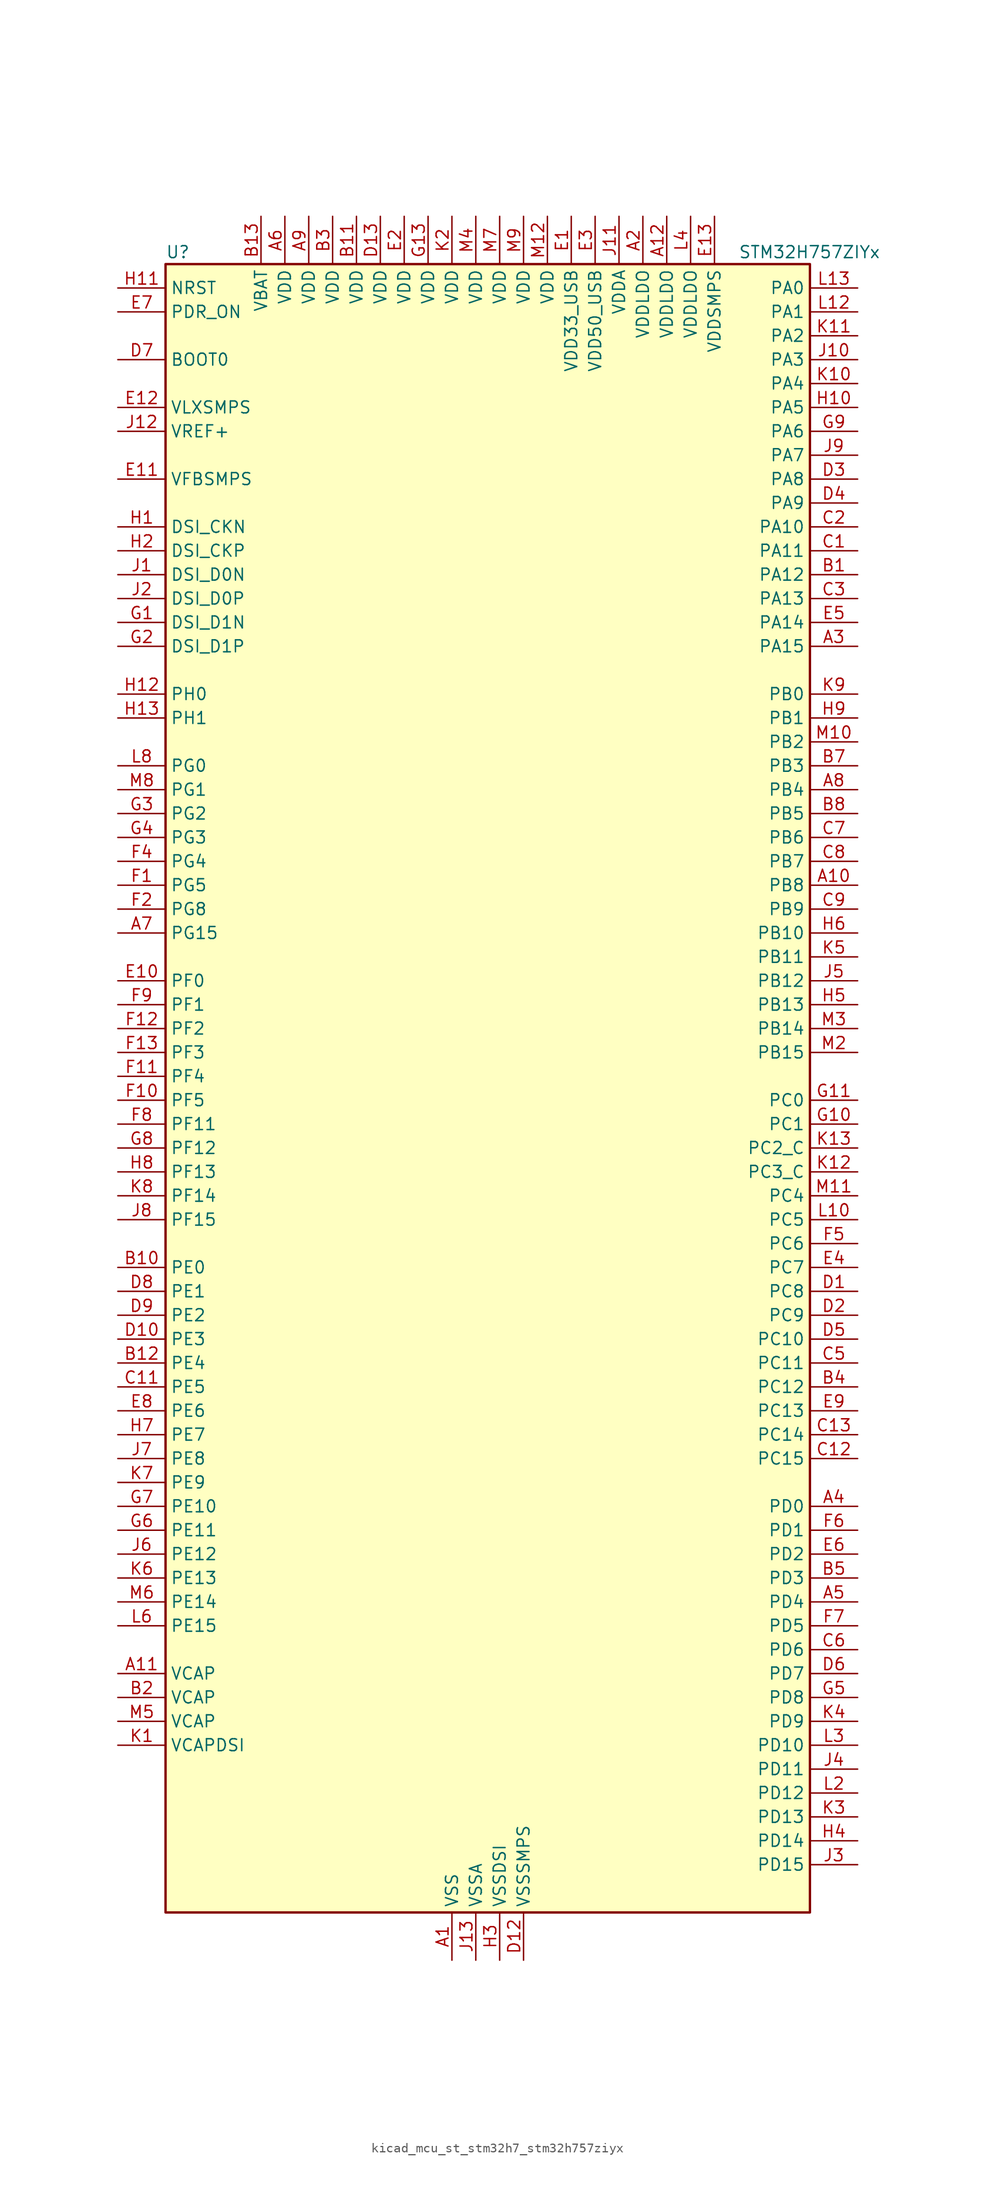
<source format=kicad_sym>
(kicad_symbol_lib
  (version 20220914)
  (generator kicad_symbol_editor)
  (symbol "kicad_mcu_st_stm32h7_stm32h757ziyx"
    (property "Reference" "U"
      (at -33.02 90.17 0)
      (effects (font (size 1.27 1.27)) (justify left)))
    (property "Value" "STM32H757ZIYx"
      (at 27.94 90.17 0)
      (effects (font (size 1.27 1.27)) (justify left)))
    (property "ki_locked" ""
      (at 0 0 0)
      (effects (font (size 1.27 1.27))))
    (symbol "kicad_mcu_st_stm32h7_stm32h757ziyx_0_1"
      (rectangle (start -33.02 -86.36) (end 35.56 88.9) (stroke (width 0.254) (type default)) (fill (type background))))
    (symbol "kicad_mcu_st_stm32h7_stm32h757ziyx_1_1"
      (pin power_in line (at -2.54 -91.44 90) (length 5.08) (name "VSS" (effects (font (size 1.27 1.27)))) (number "A1" (effects (font (size 1.27 1.27)))))
      (pin bidirectional line (at 40.64 22.86 180) (length 5.08) (name "PB8" (effects (font (size 1.27 1.27)))) (number "A10" (effects (font (size 1.27 1.27)))) (alternate "DCMI_D6" bidirectional line) (alternate "DFSDM1_CKIN7" bidirectional line) (alternate "ETH_TXD3" bidirectional line) (alternate "FDCAN1_RX" bidirectional line) (alternate "I2C1_SCL" bidirectional line) (alternate "I2C4_SCL" bidirectional line) (alternate "LTDC_B6" bidirectional line) (alternate "SDMMC1_CKIN" bidirectional line) (alternate "SDMMC1_D4" bidirectional line) (alternate "SDMMC2_D4" bidirectional line) (alternate "TIM16_CH1" bidirectional line) (alternate "TIM4_CH3" bidirectional line) (alternate "UART4_RX" bidirectional line))
      (pin power_out line (at -38.1 -60.96 0) (length 5.08) (name "VCAP" (effects (font (size 1.27 1.27)))) (number "A11" (effects (font (size 1.27 1.27)))))
      (pin power_in line (at 20.32 93.98 270) (length 5.08) (name "VDDLDO" (effects (font (size 1.27 1.27)))) (number "A12" (effects (font (size 1.27 1.27)))))
      (pin no_connect line (at -33.02 -86.36 0) (length 5.08) hide (name "DNC" (effects (font (size 1.27 1.27)))) (number "A13" (effects (font (size 1.27 1.27)))))
      (pin power_in line (at 17.78 93.98 270) (length 5.08) (name "VDDLDO" (effects (font (size 1.27 1.27)))) (number "A2" (effects (font (size 1.27 1.27)))))
      (pin bidirectional line (at 40.64 48.26 180) (length 5.08) (name "PA15" (effects (font (size 1.27 1.27)))) (number "A3" (effects (font (size 1.27 1.27)))) (alternate "ADC1_EXTI15" bidirectional line) (alternate "ADC2_EXTI15" bidirectional line) (alternate "ADC3_EXTI15" bidirectional line) (alternate "CEC" bidirectional line) (alternate "DEBUG_JTDI" bidirectional line) (alternate "DSIHOST_TE" bidirectional line) (alternate "HRTIM_FLT1" bidirectional line) (alternate "I2S1_WS" bidirectional line) (alternate "I2S3_WS" bidirectional line) (alternate "SPI1_NSS" bidirectional line) (alternate "SPI3_NSS" bidirectional line) (alternate "SPI6_NSS" bidirectional line) (alternate "TIM2_CH1" bidirectional line) (alternate "TIM2_ETR" bidirectional line) (alternate "UART4_DE" bidirectional line) (alternate "UART4_RTS" bidirectional line) (alternate "UART7_TX" bidirectional line))
      (pin bidirectional line (at 40.64 -43.18 180) (length 5.08) (name "PD0" (effects (font (size 1.27 1.27)))) (number "A4" (effects (font (size 1.27 1.27)))) (alternate "DFSDM1_CKIN6" bidirectional line) (alternate "FDCAN1_RX" bidirectional line) (alternate "FMC_D2" bidirectional line) (alternate "FMC_DA2" bidirectional line) (alternate "SAI3_SCK_A" bidirectional line) (alternate "UART4_RX" bidirectional line))
      (pin bidirectional line (at 40.64 -53.34 180) (length 5.08) (name "PD4" (effects (font (size 1.27 1.27)))) (number "A5" (effects (font (size 1.27 1.27)))) (alternate "FMC_NOE" bidirectional line) (alternate "HRTIM_FLT3" bidirectional line) (alternate "SAI3_FS_A" bidirectional line) (alternate "USART2_DE" bidirectional line) (alternate "USART2_RTS" bidirectional line))
      (pin power_in line (at -20.32 93.98 270) (length 5.08) (name "VDD" (effects (font (size 1.27 1.27)))) (number "A6" (effects (font (size 1.27 1.27)))))
      (pin bidirectional line (at -38.1 17.78 0) (length 5.08) (name "PG15" (effects (font (size 1.27 1.27)))) (number "A7" (effects (font (size 1.27 1.27)))) (alternate "ADC1_EXTI15" bidirectional line) (alternate "ADC2_EXTI15" bidirectional line) (alternate "ADC3_EXTI15" bidirectional line) (alternate "DCMI_D13" bidirectional line) (alternate "FMC_SDNCAS" bidirectional line) (alternate "USART6_CTS" bidirectional line) (alternate "USART6_NSS" bidirectional line))
      (pin bidirectional line (at 40.64 33.02 180) (length 5.08) (name "PB4" (effects (font (size 1.27 1.27)))) (number "A8" (effects (font (size 1.27 1.27)))) (alternate "DEBUG_JTRST" bidirectional line) (alternate "HRTIM_EEV6" bidirectional line) (alternate "I2S1_SDI" bidirectional line) (alternate "I2S2_WS" bidirectional line) (alternate "I2S3_SDI" bidirectional line) (alternate "SDMMC2_D3" bidirectional line) (alternate "SPI1_MISO" bidirectional line) (alternate "SPI2_NSS" bidirectional line) (alternate "SPI3_MISO" bidirectional line) (alternate "SPI6_MISO" bidirectional line) (alternate "TIM16_BKIN" bidirectional line) (alternate "TIM3_CH1" bidirectional line) (alternate "UART7_TX" bidirectional line))
      (pin power_in line (at -17.78 93.98 270) (length 5.08) (name "VDD" (effects (font (size 1.27 1.27)))) (number "A9" (effects (font (size 1.27 1.27)))))
      (pin bidirectional line (at 40.64 55.88 180) (length 5.08) (name "PA12" (effects (font (size 1.27 1.27)))) (number "B1" (effects (font (size 1.27 1.27)))) (alternate "FDCAN1_TX" bidirectional line) (alternate "HRTIM_CHD2" bidirectional line) (alternate "I2S2_CK" bidirectional line) (alternate "LPUART1_DE" bidirectional line) (alternate "LPUART1_RTS" bidirectional line) (alternate "LTDC_R5" bidirectional line) (alternate "SAI2_FS_B" bidirectional line) (alternate "SPI2_SCK" bidirectional line) (alternate "TIM1_ETR" bidirectional line) (alternate "UART4_TX" bidirectional line) (alternate "USART1_DE" bidirectional line) (alternate "USART1_RTS" bidirectional line) (alternate "USB_OTG_FS_DP" bidirectional line))
      (pin bidirectional line (at -38.1 -17.78 0) (length 5.08) (name "PE0" (effects (font (size 1.27 1.27)))) (number "B10" (effects (font (size 1.27 1.27)))) (alternate "DCMI_D2" bidirectional line) (alternate "FMC_NBL0" bidirectional line) (alternate "HRTIM_SCIN" bidirectional line) (alternate "LPTIM1_ETR" bidirectional line) (alternate "LPTIM2_ETR" bidirectional line) (alternate "SAI2_MCLK_A" bidirectional line) (alternate "TIM4_ETR" bidirectional line) (alternate "UART8_RX" bidirectional line))
      (pin power_in line (at -12.7 93.98 270) (length 5.08) (name "VDD" (effects (font (size 1.27 1.27)))) (number "B11" (effects (font (size 1.27 1.27)))))
      (pin bidirectional line (at -38.1 -27.94 0) (length 5.08) (name "PE4" (effects (font (size 1.27 1.27)))) (number "B12" (effects (font (size 1.27 1.27)))) (alternate "DCMI_D4" bidirectional line) (alternate "DEBUG_TRACED1" bidirectional line) (alternate "DFSDM1_DATIN3" bidirectional line) (alternate "FMC_A20" bidirectional line) (alternate "LTDC_B0" bidirectional line) (alternate "SAI1_D2" bidirectional line) (alternate "SAI1_FS_A" bidirectional line) (alternate "SAI4_D2" bidirectional line) (alternate "SAI4_FS_A" bidirectional line) (alternate "SPI4_NSS" bidirectional line) (alternate "TIM15_CH1N" bidirectional line))
      (pin power_in line (at -22.86 93.98 270) (length 5.08) (name "VBAT" (effects (font (size 1.27 1.27)))) (number "B13" (effects (font (size 1.27 1.27)))))
      (pin power_out line (at -38.1 -63.5 0) (length 5.08) (name "VCAP" (effects (font (size 1.27 1.27)))) (number "B2" (effects (font (size 1.27 1.27)))))
      (pin power_in line (at -15.24 93.98 270) (length 5.08) (name "VDD" (effects (font (size 1.27 1.27)))) (number "B3" (effects (font (size 1.27 1.27)))))
      (pin bidirectional line (at 40.64 -30.48 180) (length 5.08) (name "PC12" (effects (font (size 1.27 1.27)))) (number "B4" (effects (font (size 1.27 1.27)))) (alternate "DCMI_D9" bidirectional line) (alternate "DEBUG_TRACED3" bidirectional line) (alternate "HRTIM_EEV2" bidirectional line) (alternate "I2S3_SDO" bidirectional line) (alternate "SDMMC1_CK" bidirectional line) (alternate "SPI3_MOSI" bidirectional line) (alternate "UART5_TX" bidirectional line) (alternate "USART3_CK" bidirectional line))
      (pin bidirectional line (at 40.64 -50.8 180) (length 5.08) (name "PD3" (effects (font (size 1.27 1.27)))) (number "B5" (effects (font (size 1.27 1.27)))) (alternate "DCMI_D5" bidirectional line) (alternate "DFSDM1_CKOUT" bidirectional line) (alternate "FMC_CLK" bidirectional line) (alternate "I2S2_CK" bidirectional line) (alternate "LTDC_G7" bidirectional line) (alternate "SPI2_SCK" bidirectional line) (alternate "USART2_CTS" bidirectional line) (alternate "USART2_NSS" bidirectional line))
      (pin passive line (at -2.54 -91.44 90) (length 5.08) hide (name "VSS" (effects (font (size 1.27 1.27)))) (number "B6" (effects (font (size 1.27 1.27)))))
      (pin bidirectional line (at 40.64 35.56 180) (length 5.08) (name "PB3" (effects (font (size 1.27 1.27)))) (number "B7" (effects (font (size 1.27 1.27)))) (alternate "CRS_SYNC" bidirectional line) (alternate "DEBUG_JTDO-SWO" bidirectional line) (alternate "HRTIM_FLT4" bidirectional line) (alternate "I2S1_CK" bidirectional line) (alternate "I2S3_CK" bidirectional line) (alternate "SDMMC2_D2" bidirectional line) (alternate "SPI1_SCK" bidirectional line) (alternate "SPI3_SCK" bidirectional line) (alternate "SPI6_SCK" bidirectional line) (alternate "TIM2_CH2" bidirectional line) (alternate "UART7_RX" bidirectional line))
      (pin bidirectional line (at 40.64 30.48 180) (length 5.08) (name "PB5" (effects (font (size 1.27 1.27)))) (number "B8" (effects (font (size 1.27 1.27)))) (alternate "DCMI_D10" bidirectional line) (alternate "ETH_PPS_OUT" bidirectional line) (alternate "FDCAN2_RX" bidirectional line) (alternate "FMC_SDCKE1" bidirectional line) (alternate "HRTIM_EEV7" bidirectional line) (alternate "I2C1_SMBA" bidirectional line) (alternate "I2C4_SMBA" bidirectional line) (alternate "I2S1_SDO" bidirectional line) (alternate "I2S3_SDO" bidirectional line) (alternate "SPI1_MOSI" bidirectional line) (alternate "SPI3_MOSI" bidirectional line) (alternate "SPI6_MOSI" bidirectional line) (alternate "TIM17_BKIN" bidirectional line) (alternate "TIM3_CH2" bidirectional line) (alternate "UART5_RX" bidirectional line) (alternate "USB_OTG_HS_ULPI_D7" bidirectional line))
      (pin passive line (at -2.54 -91.44 90) (length 5.08) hide (name "VSS" (effects (font (size 1.27 1.27)))) (number "B9" (effects (font (size 1.27 1.27)))))
      (pin bidirectional line (at 40.64 58.42 180) (length 5.08) (name "PA11" (effects (font (size 1.27 1.27)))) (number "C1" (effects (font (size 1.27 1.27)))) (alternate "ADC1_EXTI11" bidirectional line) (alternate "ADC2_EXTI11" bidirectional line) (alternate "ADC3_EXTI11" bidirectional line) (alternate "FDCAN1_RX" bidirectional line) (alternate "HRTIM_CHD1" bidirectional line) (alternate "I2S2_WS" bidirectional line) (alternate "LPUART1_CTS" bidirectional line) (alternate "LTDC_R4" bidirectional line) (alternate "SPI2_NSS" bidirectional line) (alternate "TIM1_CH4" bidirectional line) (alternate "UART4_RX" bidirectional line) (alternate "USART1_CTS" bidirectional line) (alternate "USART1_NSS" bidirectional line) (alternate "USB_OTG_FS_DM" bidirectional line))
      (pin passive line (at -2.54 -91.44 90) (length 5.08) hide (name "VSS" (effects (font (size 1.27 1.27)))) (number "C10" (effects (font (size 1.27 1.27)))))
      (pin bidirectional line (at -38.1 -30.48 0) (length 5.08) (name "PE5" (effects (font (size 1.27 1.27)))) (number "C11" (effects (font (size 1.27 1.27)))) (alternate "DCMI_D6" bidirectional line) (alternate "DEBUG_TRACED2" bidirectional line) (alternate "DFSDM1_CKIN3" bidirectional line) (alternate "FMC_A21" bidirectional line) (alternate "LTDC_G0" bidirectional line) (alternate "SAI1_CK2" bidirectional line) (alternate "SAI1_SCK_A" bidirectional line) (alternate "SAI4_CK2" bidirectional line) (alternate "SAI4_SCK_A" bidirectional line) (alternate "SPI4_MISO" bidirectional line) (alternate "TIM15_CH1" bidirectional line))
      (pin bidirectional line (at 40.64 -38.1 180) (length 5.08) (name "PC15" (effects (font (size 1.27 1.27)))) (number "C12" (effects (font (size 1.27 1.27)))) (alternate "ADC1_EXTI15" bidirectional line) (alternate "ADC2_EXTI15" bidirectional line) (alternate "ADC3_EXTI15" bidirectional line) (alternate "RCC_OSC32_OUT" bidirectional line))
      (pin bidirectional line (at 40.64 -35.56 180) (length 5.08) (name "PC14" (effects (font (size 1.27 1.27)))) (number "C13" (effects (font (size 1.27 1.27)))) (alternate "RCC_OSC32_IN" bidirectional line))
      (pin bidirectional line (at 40.64 60.96 180) (length 5.08) (name "PA10" (effects (font (size 1.27 1.27)))) (number "C2" (effects (font (size 1.27 1.27)))) (alternate "DCMI_D1" bidirectional line) (alternate "HRTIM_CHC2" bidirectional line) (alternate "LPUART1_RX" bidirectional line) (alternate "LTDC_B1" bidirectional line) (alternate "LTDC_B4" bidirectional line) (alternate "MDIOS_MDIO" bidirectional line) (alternate "TIM1_CH3" bidirectional line) (alternate "USART1_RX" bidirectional line) (alternate "USB_OTG_FS_ID" bidirectional line))
      (pin bidirectional line (at 40.64 53.34 180) (length 5.08) (name "PA13" (effects (font (size 1.27 1.27)))) (number "C3" (effects (font (size 1.27 1.27)))) (alternate "DEBUG_JTMS-SWDIO" bidirectional line))
      (pin passive line (at -2.54 -91.44 90) (length 5.08) hide (name "VSS" (effects (font (size 1.27 1.27)))) (number "C4" (effects (font (size 1.27 1.27)))))
      (pin bidirectional line (at 40.64 -27.94 180) (length 5.08) (name "PC11" (effects (font (size 1.27 1.27)))) (number "C5" (effects (font (size 1.27 1.27)))) (alternate "ADC1_EXTI11" bidirectional line) (alternate "ADC2_EXTI11" bidirectional line) (alternate "ADC3_EXTI11" bidirectional line) (alternate "DCMI_D4" bidirectional line) (alternate "DFSDM1_DATIN5" bidirectional line) (alternate "HRTIM_FLT2" bidirectional line) (alternate "I2S3_SDI" bidirectional line) (alternate "QUADSPI_BK2_NCS" bidirectional line) (alternate "SDMMC1_D3" bidirectional line) (alternate "SPI3_MISO" bidirectional line) (alternate "UART4_RX" bidirectional line) (alternate "USART3_RX" bidirectional line))
      (pin bidirectional line (at 40.64 -58.42 180) (length 5.08) (name "PD6" (effects (font (size 1.27 1.27)))) (number "C6" (effects (font (size 1.27 1.27)))) (alternate "DCMI_D10" bidirectional line) (alternate "DFSDM1_CKIN4" bidirectional line) (alternate "DFSDM1_DATIN1" bidirectional line) (alternate "FMC_NWAIT" bidirectional line) (alternate "I2S3_SDO" bidirectional line) (alternate "LTDC_B2" bidirectional line) (alternate "SAI1_D1" bidirectional line) (alternate "SAI1_SD_A" bidirectional line) (alternate "SAI4_D1" bidirectional line) (alternate "SAI4_SD_A" bidirectional line) (alternate "SDMMC2_CK" bidirectional line) (alternate "SPI3_MOSI" bidirectional line) (alternate "USART2_RX" bidirectional line))
      (pin bidirectional line (at 40.64 27.94 180) (length 5.08) (name "PB6" (effects (font (size 1.27 1.27)))) (number "C7" (effects (font (size 1.27 1.27)))) (alternate "CEC" bidirectional line) (alternate "DCMI_D5" bidirectional line) (alternate "DFSDM1_DATIN5" bidirectional line) (alternate "FDCAN2_TX" bidirectional line) (alternate "FMC_SDNE1" bidirectional line) (alternate "HRTIM_EEV8" bidirectional line) (alternate "I2C1_SCL" bidirectional line) (alternate "I2C4_SCL" bidirectional line) (alternate "LPUART1_TX" bidirectional line) (alternate "QUADSPI_BK1_NCS" bidirectional line) (alternate "TIM16_CH1N" bidirectional line) (alternate "TIM4_CH1" bidirectional line) (alternate "UART5_TX" bidirectional line) (alternate "USART1_TX" bidirectional line))
      (pin bidirectional line (at 40.64 25.4 180) (length 5.08) (name "PB7" (effects (font (size 1.27 1.27)))) (number "C8" (effects (font (size 1.27 1.27)))) (alternate "DCMI_VSYNC" bidirectional line) (alternate "DFSDM1_CKIN5" bidirectional line) (alternate "FMC_NL" bidirectional line) (alternate "HRTIM_EEV9" bidirectional line) (alternate "I2C1_SDA" bidirectional line) (alternate "I2C4_SDA" bidirectional line) (alternate "LPUART1_RX" bidirectional line) (alternate "PWR_PVD_IN" bidirectional line) (alternate "TIM17_CH1N" bidirectional line) (alternate "TIM4_CH2" bidirectional line) (alternate "USART1_RX" bidirectional line))
      (pin bidirectional line (at 40.64 20.32 180) (length 5.08) (name "PB9" (effects (font (size 1.27 1.27)))) (number "C9" (effects (font (size 1.27 1.27)))) (alternate "DAC1_EXTI9" bidirectional line) (alternate "DCMI_D7" bidirectional line) (alternate "DFSDM1_DATIN7" bidirectional line) (alternate "FDCAN1_TX" bidirectional line) (alternate "I2C1_SDA" bidirectional line) (alternate "I2C4_SDA" bidirectional line) (alternate "I2C4_SMBA" bidirectional line) (alternate "I2S2_WS" bidirectional line) (alternate "LTDC_B7" bidirectional line) (alternate "SDMMC1_CDIR" bidirectional line) (alternate "SDMMC1_D5" bidirectional line) (alternate "SDMMC2_D5" bidirectional line) (alternate "SPI2_NSS" bidirectional line) (alternate "TIM17_CH1" bidirectional line) (alternate "TIM4_CH4" bidirectional line) (alternate "UART4_TX" bidirectional line))
      (pin bidirectional line (at 40.64 -20.32 180) (length 5.08) (name "PC8" (effects (font (size 1.27 1.27)))) (number "D1" (effects (font (size 1.27 1.27)))) (alternate "DCMI_D2" bidirectional line) (alternate "DEBUG_TRACED1" bidirectional line) (alternate "FMC_NCE" bidirectional line) (alternate "FMC_NE2" bidirectional line) (alternate "HRTIM_CHB1" bidirectional line) (alternate "SDMMC1_D0" bidirectional line) (alternate "SWPMI1_RX" bidirectional line) (alternate "TIM3_CH3" bidirectional line) (alternate "TIM8_CH3" bidirectional line) (alternate "UART5_DE" bidirectional line) (alternate "UART5_RTS" bidirectional line) (alternate "USART6_CK" bidirectional line))
      (pin bidirectional line (at -38.1 -25.4 0) (length 5.08) (name "PE3" (effects (font (size 1.27 1.27)))) (number "D10" (effects (font (size 1.27 1.27)))) (alternate "DEBUG_TRACED0" bidirectional line) (alternate "FMC_A19" bidirectional line) (alternate "SAI1_SD_B" bidirectional line) (alternate "SAI4_SD_B" bidirectional line) (alternate "TIM15_BKIN" bidirectional line))
      (pin passive line (at -2.54 -91.44 90) (length 5.08) hide (name "VSS" (effects (font (size 1.27 1.27)))) (number "D11" (effects (font (size 1.27 1.27)))))
      (pin power_in line (at 5.08 -91.44 90) (length 5.08) (name "VSSSMPS" (effects (font (size 1.27 1.27)))) (number "D12" (effects (font (size 1.27 1.27)))))
      (pin power_in line (at -10.16 93.98 270) (length 5.08) (name "VDD" (effects (font (size 1.27 1.27)))) (number "D13" (effects (font (size 1.27 1.27)))))
      (pin bidirectional line (at 40.64 -22.86 180) (length 5.08) (name "PC9" (effects (font (size 1.27 1.27)))) (number "D2" (effects (font (size 1.27 1.27)))) (alternate "DAC1_EXTI9" bidirectional line) (alternate "DCMI_D3" bidirectional line) (alternate "I2C3_SDA" bidirectional line) (alternate "I2S_CKIN" bidirectional line) (alternate "LTDC_B2" bidirectional line) (alternate "LTDC_G3" bidirectional line) (alternate "QUADSPI_BK1_IO0" bidirectional line) (alternate "RCC_MCO_2" bidirectional line) (alternate "SDMMC1_D1" bidirectional line) (alternate "SWPMI1_SUSPEND" bidirectional line) (alternate "TIM3_CH4" bidirectional line) (alternate "TIM8_CH4" bidirectional line) (alternate "UART5_CTS" bidirectional line))
      (pin bidirectional line (at 40.64 66.04 180) (length 5.08) (name "PA8" (effects (font (size 1.27 1.27)))) (number "D3" (effects (font (size 1.27 1.27)))) (alternate "HRTIM_CHB2" bidirectional line) (alternate "I2C3_SCL" bidirectional line) (alternate "LTDC_B3" bidirectional line) (alternate "LTDC_R6" bidirectional line) (alternate "RCC_MCO_1" bidirectional line) (alternate "TIM1_CH1" bidirectional line) (alternate "TIM8_BKIN2" bidirectional line) (alternate "TIM8_BKIN2_COMP1" bidirectional line) (alternate "TIM8_BKIN2_COMP2" bidirectional line) (alternate "UART7_RX" bidirectional line) (alternate "USART1_CK" bidirectional line) (alternate "USB_OTG_FS_SOF" bidirectional line))
      (pin bidirectional line (at 40.64 63.5 180) (length 5.08) (name "PA9" (effects (font (size 1.27 1.27)))) (number "D4" (effects (font (size 1.27 1.27)))) (alternate "DAC1_EXTI9" bidirectional line) (alternate "DCMI_D0" bidirectional line) (alternate "HRTIM_CHC1" bidirectional line) (alternate "I2C3_SMBA" bidirectional line) (alternate "I2S2_CK" bidirectional line) (alternate "LPUART1_TX" bidirectional line) (alternate "LTDC_R5" bidirectional line) (alternate "SPI2_SCK" bidirectional line) (alternate "TIM1_CH2" bidirectional line) (alternate "USART1_TX" bidirectional line) (alternate "USB_OTG_FS_VBUS" bidirectional line))
      (pin bidirectional line (at 40.64 -25.4 180) (length 5.08) (name "PC10" (effects (font (size 1.27 1.27)))) (number "D5" (effects (font (size 1.27 1.27)))) (alternate "DCMI_D8" bidirectional line) (alternate "DFSDM1_CKIN5" bidirectional line) (alternate "HRTIM_EEV1" bidirectional line) (alternate "I2S3_CK" bidirectional line) (alternate "LTDC_R2" bidirectional line) (alternate "QUADSPI_BK1_IO1" bidirectional line) (alternate "SDMMC1_D2" bidirectional line) (alternate "SPI3_SCK" bidirectional line) (alternate "UART4_TX" bidirectional line) (alternate "USART3_TX" bidirectional line))
      (pin bidirectional line (at 40.64 -60.96 180) (length 5.08) (name "PD7" (effects (font (size 1.27 1.27)))) (number "D6" (effects (font (size 1.27 1.27)))) (alternate "DFSDM1_CKIN1" bidirectional line) (alternate "DFSDM1_DATIN4" bidirectional line) (alternate "FMC_NE1" bidirectional line) (alternate "I2S1_SDO" bidirectional line) (alternate "SDMMC2_CMD" bidirectional line) (alternate "SPDIFRX1_IN0" bidirectional line) (alternate "SPI1_MOSI" bidirectional line) (alternate "USART2_CK" bidirectional line))
      (pin input line (at -38.1 78.74 0) (length 5.08) (name "BOOT0" (effects (font (size 1.27 1.27)))) (number "D7" (effects (font (size 1.27 1.27)))))
      (pin bidirectional line (at -38.1 -20.32 0) (length 5.08) (name "PE1" (effects (font (size 1.27 1.27)))) (number "D8" (effects (font (size 1.27 1.27)))) (alternate "DCMI_D3" bidirectional line) (alternate "FMC_NBL1" bidirectional line) (alternate "HRTIM_SCOUT" bidirectional line) (alternate "LPTIM1_IN2" bidirectional line) (alternate "UART8_TX" bidirectional line))
      (pin bidirectional line (at -38.1 -22.86 0) (length 5.08) (name "PE2" (effects (font (size 1.27 1.27)))) (number "D9" (effects (font (size 1.27 1.27)))) (alternate "DEBUG_TRACECLK" bidirectional line) (alternate "ETH_TXD3" bidirectional line) (alternate "FMC_A23" bidirectional line) (alternate "QUADSPI_BK1_IO2" bidirectional line) (alternate "SAI1_CK1" bidirectional line) (alternate "SAI1_MCLK_A" bidirectional line) (alternate "SAI4_CK1" bidirectional line) (alternate "SAI4_MCLK_A" bidirectional line) (alternate "SPI4_SCK" bidirectional line))
      (pin power_in line (at 10.16 93.98 270) (length 5.08) (name "VDD33_USB" (effects (font (size 1.27 1.27)))) (number "E1" (effects (font (size 1.27 1.27)))))
      (pin bidirectional line (at -38.1 12.7 0) (length 5.08) (name "PF0" (effects (font (size 1.27 1.27)))) (number "E10" (effects (font (size 1.27 1.27)))) (alternate "FMC_A0" bidirectional line) (alternate "I2C2_SDA" bidirectional line))
      (pin input line (at -38.1 66.04 0) (length 5.08) (name "VFBSMPS" (effects (font (size 1.27 1.27)))) (number "E11" (effects (font (size 1.27 1.27)))))
      (pin power_in line (at -38.1 73.66 0) (length 5.08) (name "VLXSMPS" (effects (font (size 1.27 1.27)))) (number "E12" (effects (font (size 1.27 1.27)))))
      (pin power_in line (at 25.4 93.98 270) (length 5.08) (name "VDDSMPS" (effects (font (size 1.27 1.27)))) (number "E13" (effects (font (size 1.27 1.27)))))
      (pin power_in line (at -7.62 93.98 270) (length 5.08) (name "VDD" (effects (font (size 1.27 1.27)))) (number "E2" (effects (font (size 1.27 1.27)))))
      (pin power_in line (at 12.7 93.98 270) (length 5.08) (name "VDD50_USB" (effects (font (size 1.27 1.27)))) (number "E3" (effects (font (size 1.27 1.27)))))
      (pin bidirectional line (at 40.64 -17.78 180) (length 5.08) (name "PC7" (effects (font (size 1.27 1.27)))) (number "E4" (effects (font (size 1.27 1.27)))) (alternate "DCMI_D1" bidirectional line) (alternate "DEBUG_TRGIO" bidirectional line) (alternate "DFSDM1_DATIN3" bidirectional line) (alternate "FMC_NE1" bidirectional line) (alternate "HRTIM_CHA2" bidirectional line) (alternate "I2S3_MCK" bidirectional line) (alternate "LTDC_G6" bidirectional line) (alternate "SDMMC1_D123DIR" bidirectional line) (alternate "SDMMC1_D7" bidirectional line) (alternate "SDMMC2_D7" bidirectional line) (alternate "SWPMI1_TX" bidirectional line) (alternate "TIM3_CH2" bidirectional line) (alternate "TIM8_CH2" bidirectional line) (alternate "USART6_RX" bidirectional line))
      (pin bidirectional line (at 40.64 50.8 180) (length 5.08) (name "PA14" (effects (font (size 1.27 1.27)))) (number "E5" (effects (font (size 1.27 1.27)))) (alternate "DEBUG_JTCK-SWCLK" bidirectional line))
      (pin bidirectional line (at 40.64 -48.26 180) (length 5.08) (name "PD2" (effects (font (size 1.27 1.27)))) (number "E6" (effects (font (size 1.27 1.27)))) (alternate "DCMI_D11" bidirectional line) (alternate "DEBUG_TRACED2" bidirectional line) (alternate "SDMMC1_CMD" bidirectional line) (alternate "TIM3_ETR" bidirectional line) (alternate "UART5_RX" bidirectional line))
      (pin input line (at -38.1 83.82 0) (length 5.08) (name "PDR_ON" (effects (font (size 1.27 1.27)))) (number "E7" (effects (font (size 1.27 1.27)))))
      (pin bidirectional line (at -38.1 -33.02 0) (length 5.08) (name "PE6" (effects (font (size 1.27 1.27)))) (number "E8" (effects (font (size 1.27 1.27)))) (alternate "DCMI_D7" bidirectional line) (alternate "DEBUG_TRACED3" bidirectional line) (alternate "FMC_A22" bidirectional line) (alternate "LTDC_G1" bidirectional line) (alternate "SAI1_D1" bidirectional line) (alternate "SAI1_SD_A" bidirectional line) (alternate "SAI2_MCLK_B" bidirectional line) (alternate "SAI4_D1" bidirectional line) (alternate "SAI4_SD_A" bidirectional line) (alternate "SPI4_MOSI" bidirectional line) (alternate "TIM15_CH2" bidirectional line) (alternate "TIM1_BKIN2" bidirectional line) (alternate "TIM1_BKIN2_COMP1" bidirectional line) (alternate "TIM1_BKIN2_COMP2" bidirectional line))
      (pin bidirectional line (at 40.64 -33.02 180) (length 5.08) (name "PC13" (effects (font (size 1.27 1.27)))) (number "E9" (effects (font (size 1.27 1.27)))) (alternate "PWR_WKUP2" bidirectional line) (alternate "RTC_OUT_ALARM" bidirectional line) (alternate "RTC_OUT_CALIB" bidirectional line) (alternate "RTC_TAMP1" bidirectional line) (alternate "RTC_TS" bidirectional line))
      (pin bidirectional line (at -38.1 22.86 0) (length 5.08) (name "PG5" (effects (font (size 1.27 1.27)))) (number "F1" (effects (font (size 1.27 1.27)))) (alternate "FMC_A15" bidirectional line) (alternate "FMC_BA1" bidirectional line) (alternate "TIM1_ETR" bidirectional line))
      (pin bidirectional line (at -38.1 0 0) (length 5.08) (name "PF5" (effects (font (size 1.27 1.27)))) (number "F10" (effects (font (size 1.27 1.27)))) (alternate "ADC3_INP4" bidirectional line) (alternate "FMC_A5" bidirectional line))
      (pin bidirectional line (at -38.1 2.54 0) (length 5.08) (name "PF4" (effects (font (size 1.27 1.27)))) (number "F11" (effects (font (size 1.27 1.27)))) (alternate "ADC3_INN5" bidirectional line) (alternate "ADC3_INP9" bidirectional line) (alternate "FMC_A4" bidirectional line))
      (pin bidirectional line (at -38.1 7.62 0) (length 5.08) (name "PF2" (effects (font (size 1.27 1.27)))) (number "F12" (effects (font (size 1.27 1.27)))) (alternate "FMC_A2" bidirectional line) (alternate "I2C2_SMBA" bidirectional line))
      (pin bidirectional line (at -38.1 5.08 0) (length 5.08) (name "PF3" (effects (font (size 1.27 1.27)))) (number "F13" (effects (font (size 1.27 1.27)))) (alternate "ADC3_INP5" bidirectional line) (alternate "FMC_A3" bidirectional line))
      (pin bidirectional line (at -38.1 20.32 0) (length 5.08) (name "PG8" (effects (font (size 1.27 1.27)))) (number "F2" (effects (font (size 1.27 1.27)))) (alternate "ETH_PPS_OUT" bidirectional line) (alternate "FMC_SDCLK" bidirectional line) (alternate "LTDC_G7" bidirectional line) (alternate "SPDIFRX1_IN2" bidirectional line) (alternate "SPI6_NSS" bidirectional line) (alternate "TIM8_ETR" bidirectional line) (alternate "USART6_DE" bidirectional line) (alternate "USART6_RTS" bidirectional line))
      (pin passive line (at -2.54 -91.44 90) (length 5.08) hide (name "VSS" (effects (font (size 1.27 1.27)))) (number "F3" (effects (font (size 1.27 1.27)))))
      (pin bidirectional line (at -38.1 25.4 0) (length 5.08) (name "PG4" (effects (font (size 1.27 1.27)))) (number "F4" (effects (font (size 1.27 1.27)))) (alternate "FMC_A14" bidirectional line) (alternate "FMC_BA0" bidirectional line) (alternate "TIM1_BKIN2" bidirectional line) (alternate "TIM1_BKIN2_COMP1" bidirectional line) (alternate "TIM1_BKIN2_COMP2" bidirectional line))
      (pin bidirectional line (at 40.64 -15.24 180) (length 5.08) (name "PC6" (effects (font (size 1.27 1.27)))) (number "F5" (effects (font (size 1.27 1.27)))) (alternate "DCMI_D0" bidirectional line) (alternate "DFSDM1_CKIN3" bidirectional line) (alternate "FMC_NWAIT" bidirectional line) (alternate "HRTIM_CHA1" bidirectional line) (alternate "I2S2_MCK" bidirectional line) (alternate "LTDC_HSYNC" bidirectional line) (alternate "SDMMC1_D0DIR" bidirectional line) (alternate "SDMMC1_D6" bidirectional line) (alternate "SDMMC2_D6" bidirectional line) (alternate "SWPMI1_IO" bidirectional line) (alternate "TIM3_CH1" bidirectional line) (alternate "TIM8_CH1" bidirectional line) (alternate "USART6_TX" bidirectional line))
      (pin bidirectional line (at 40.64 -45.72 180) (length 5.08) (name "PD1" (effects (font (size 1.27 1.27)))) (number "F6" (effects (font (size 1.27 1.27)))) (alternate "DFSDM1_DATIN6" bidirectional line) (alternate "FDCAN1_TX" bidirectional line) (alternate "FMC_D3" bidirectional line) (alternate "FMC_DA3" bidirectional line) (alternate "SAI3_SD_A" bidirectional line) (alternate "UART4_TX" bidirectional line))
      (pin bidirectional line (at 40.64 -55.88 180) (length 5.08) (name "PD5" (effects (font (size 1.27 1.27)))) (number "F7" (effects (font (size 1.27 1.27)))) (alternate "FMC_NWE" bidirectional line) (alternate "HRTIM_EEV3" bidirectional line) (alternate "USART2_TX" bidirectional line))
      (pin bidirectional line (at -38.1 -2.54 0) (length 5.08) (name "PF11" (effects (font (size 1.27 1.27)))) (number "F8" (effects (font (size 1.27 1.27)))) (alternate "ADC1_EXTI11" bidirectional line) (alternate "ADC1_INP2" bidirectional line) (alternate "ADC2_EXTI11" bidirectional line) (alternate "ADC3_EXTI11" bidirectional line) (alternate "DCMI_D12" bidirectional line) (alternate "FMC_SDNRAS" bidirectional line) (alternate "SAI2_SD_B" bidirectional line))
      (pin bidirectional line (at -38.1 10.16 0) (length 5.08) (name "PF1" (effects (font (size 1.27 1.27)))) (number "F9" (effects (font (size 1.27 1.27)))) (alternate "FMC_A1" bidirectional line) (alternate "I2C2_SCL" bidirectional line))
      (pin bidirectional line (at -38.1 50.8 0) (length 5.08) (name "DSI_D1N" (effects (font (size 1.27 1.27)))) (number "G1" (effects (font (size 1.27 1.27)))) (alternate "DSIHOST_D1N" bidirectional line))
      (pin bidirectional line (at 40.64 -2.54 180) (length 5.08) (name "PC1" (effects (font (size 1.27 1.27)))) (number "G10" (effects (font (size 1.27 1.27)))) (alternate "ADC1_INN10" bidirectional line) (alternate "ADC1_INP11" bidirectional line) (alternate "ADC2_INN10" bidirectional line) (alternate "ADC2_INP11" bidirectional line) (alternate "ADC3_INN10" bidirectional line) (alternate "ADC3_INP11" bidirectional line) (alternate "DEBUG_TRACED0" bidirectional line) (alternate "DFSDM1_CKIN4" bidirectional line) (alternate "DFSDM1_DATIN0" bidirectional line) (alternate "ETH_MDC" bidirectional line) (alternate "I2S2_SDO" bidirectional line) (alternate "MDIOS_MDC" bidirectional line) (alternate "PWR_WKUP5" bidirectional line) (alternate "RTC_TAMP3" bidirectional line) (alternate "SAI1_D1" bidirectional line) (alternate "SAI1_SD_A" bidirectional line) (alternate "SAI4_D1" bidirectional line) (alternate "SAI4_SD_A" bidirectional line) (alternate "SDMMC2_CK" bidirectional line) (alternate "SPI2_MOSI" bidirectional line))
      (pin bidirectional line (at 40.64 0 180) (length 5.08) (name "PC0" (effects (font (size 1.27 1.27)))) (number "G11" (effects (font (size 1.27 1.27)))) (alternate "ADC1_INP10" bidirectional line) (alternate "ADC2_INP10" bidirectional line) (alternate "ADC3_INP10" bidirectional line) (alternate "DFSDM1_CKIN0" bidirectional line) (alternate "DFSDM1_DATIN4" bidirectional line) (alternate "FMC_SDNWE" bidirectional line) (alternate "LTDC_R5" bidirectional line) (alternate "SAI2_FS_B" bidirectional line) (alternate "USB_OTG_HS_ULPI_STP" bidirectional line))
      (pin passive line (at -2.54 -91.44 90) (length 5.08) hide (name "VSS" (effects (font (size 1.27 1.27)))) (number "G12" (effects (font (size 1.27 1.27)))))
      (pin power_in line (at -5.08 93.98 270) (length 5.08) (name "VDD" (effects (font (size 1.27 1.27)))) (number "G13" (effects (font (size 1.27 1.27)))))
      (pin bidirectional line (at -38.1 48.26 0) (length 5.08) (name "DSI_D1P" (effects (font (size 1.27 1.27)))) (number "G2" (effects (font (size 1.27 1.27)))) (alternate "DSIHOST_D1P" bidirectional line))
      (pin bidirectional line (at -38.1 30.48 0) (length 5.08) (name "PG2" (effects (font (size 1.27 1.27)))) (number "G3" (effects (font (size 1.27 1.27)))) (alternate "FMC_A12" bidirectional line) (alternate "TIM8_BKIN" bidirectional line) (alternate "TIM8_BKIN_COMP1" bidirectional line) (alternate "TIM8_BKIN_COMP2" bidirectional line))
      (pin bidirectional line (at -38.1 27.94 0) (length 5.08) (name "PG3" (effects (font (size 1.27 1.27)))) (number "G4" (effects (font (size 1.27 1.27)))) (alternate "FMC_A13" bidirectional line) (alternate "TIM8_BKIN2" bidirectional line) (alternate "TIM8_BKIN2_COMP1" bidirectional line) (alternate "TIM8_BKIN2_COMP2" bidirectional line))
      (pin bidirectional line (at 40.64 -63.5 180) (length 5.08) (name "PD8" (effects (font (size 1.27 1.27)))) (number "G5" (effects (font (size 1.27 1.27)))) (alternate "DFSDM1_CKIN3" bidirectional line) (alternate "FMC_D13" bidirectional line) (alternate "FMC_DA13" bidirectional line) (alternate "SAI3_SCK_B" bidirectional line) (alternate "SPDIFRX1_IN1" bidirectional line) (alternate "USART3_TX" bidirectional line))
      (pin bidirectional line (at -38.1 -45.72 0) (length 5.08) (name "PE11" (effects (font (size 1.27 1.27)))) (number "G6" (effects (font (size 1.27 1.27)))) (alternate "ADC1_EXTI11" bidirectional line) (alternate "ADC2_EXTI11" bidirectional line) (alternate "ADC3_EXTI11" bidirectional line) (alternate "COMP2_INP" bidirectional line) (alternate "DFSDM1_CKIN4" bidirectional line) (alternate "FMC_D8" bidirectional line) (alternate "FMC_DA8" bidirectional line) (alternate "LTDC_G3" bidirectional line) (alternate "SAI2_SD_B" bidirectional line) (alternate "SPI4_NSS" bidirectional line) (alternate "TIM1_CH2" bidirectional line))
      (pin bidirectional line (at -38.1 -43.18 0) (length 5.08) (name "PE10" (effects (font (size 1.27 1.27)))) (number "G7" (effects (font (size 1.27 1.27)))) (alternate "COMP2_INM" bidirectional line) (alternate "DFSDM1_DATIN4" bidirectional line) (alternate "FMC_D7" bidirectional line) (alternate "FMC_DA7" bidirectional line) (alternate "QUADSPI_BK2_IO3" bidirectional line) (alternate "TIM1_CH2N" bidirectional line) (alternate "UART7_CTS" bidirectional line))
      (pin bidirectional line (at -38.1 -5.08 0) (length 5.08) (name "PF12" (effects (font (size 1.27 1.27)))) (number "G8" (effects (font (size 1.27 1.27)))) (alternate "ADC1_INN2" bidirectional line) (alternate "ADC1_INP6" bidirectional line) (alternate "FMC_A6" bidirectional line))
      (pin bidirectional line (at 40.64 71.12 180) (length 5.08) (name "PA6" (effects (font (size 1.27 1.27)))) (number "G9" (effects (font (size 1.27 1.27)))) (alternate "ADC1_INP3" bidirectional line) (alternate "ADC2_INP3" bidirectional line) (alternate "DCMI_PIXCLK" bidirectional line) (alternate "I2S1_SDI" bidirectional line) (alternate "LTDC_G2" bidirectional line) (alternate "MDIOS_MDC" bidirectional line) (alternate "SPI1_MISO" bidirectional line) (alternate "SPI6_MISO" bidirectional line) (alternate "TIM13_CH1" bidirectional line) (alternate "TIM1_BKIN" bidirectional line) (alternate "TIM1_BKIN_COMP1" bidirectional line) (alternate "TIM1_BKIN_COMP2" bidirectional line) (alternate "TIM3_CH1" bidirectional line) (alternate "TIM8_BKIN" bidirectional line) (alternate "TIM8_BKIN_COMP1" bidirectional line) (alternate "TIM8_BKIN_COMP2" bidirectional line))
      (pin bidirectional line (at -38.1 60.96 0) (length 5.08) (name "DSI_CKN" (effects (font (size 1.27 1.27)))) (number "H1" (effects (font (size 1.27 1.27)))) (alternate "DSIHOST_CKN" bidirectional line))
      (pin bidirectional line (at 40.64 73.66 180) (length 5.08) (name "PA5" (effects (font (size 1.27 1.27)))) (number "H10" (effects (font (size 1.27 1.27)))) (alternate "ADC1_INN18" bidirectional line) (alternate "ADC1_INP19" bidirectional line) (alternate "ADC2_INN18" bidirectional line) (alternate "ADC2_INP19" bidirectional line) (alternate "DAC1_OUT2" bidirectional line) (alternate "I2S1_CK" bidirectional line) (alternate "LTDC_R4" bidirectional line) (alternate "PWR_NDSTOP2" bidirectional line) (alternate "SPI1_SCK" bidirectional line) (alternate "SPI6_SCK" bidirectional line) (alternate "TIM2_CH1" bidirectional line) (alternate "TIM2_ETR" bidirectional line) (alternate "TIM8_CH1N" bidirectional line) (alternate "USB_OTG_HS_ULPI_CK" bidirectional line))
      (pin input line (at -38.1 86.36 0) (length 5.08) (name "NRST" (effects (font (size 1.27 1.27)))) (number "H11" (effects (font (size 1.27 1.27)))))
      (pin bidirectional line (at -38.1 43.18 0) (length 5.08) (name "PH0" (effects (font (size 1.27 1.27)))) (number "H12" (effects (font (size 1.27 1.27)))) (alternate "RCC_OSC_IN" bidirectional line))
      (pin bidirectional line (at -38.1 40.64 0) (length 5.08) (name "PH1" (effects (font (size 1.27 1.27)))) (number "H13" (effects (font (size 1.27 1.27)))) (alternate "RCC_OSC_OUT" bidirectional line))
      (pin bidirectional line (at -38.1 58.42 0) (length 5.08) (name "DSI_CKP" (effects (font (size 1.27 1.27)))) (number "H2" (effects (font (size 1.27 1.27)))) (alternate "DSIHOST_CKP" bidirectional line))
      (pin power_in line (at 2.54 -91.44 90) (length 5.08) (name "VSSDSI" (effects (font (size 1.27 1.27)))) (number "H3" (effects (font (size 1.27 1.27)))))
      (pin bidirectional line (at 40.64 -78.74 180) (length 5.08) (name "PD14" (effects (font (size 1.27 1.27)))) (number "H4" (effects (font (size 1.27 1.27)))) (alternate "FMC_D0" bidirectional line) (alternate "FMC_DA0" bidirectional line) (alternate "SAI3_MCLK_B" bidirectional line) (alternate "TIM4_CH3" bidirectional line) (alternate "UART8_CTS" bidirectional line))
      (pin bidirectional line (at 40.64 10.16 180) (length 5.08) (name "PB13" (effects (font (size 1.27 1.27)))) (number "H5" (effects (font (size 1.27 1.27)))) (alternate "DFSDM1_CKIN1" bidirectional line) (alternate "ETH_TXD1" bidirectional line) (alternate "FDCAN2_TX" bidirectional line) (alternate "I2S2_CK" bidirectional line) (alternate "LPTIM2_OUT" bidirectional line) (alternate "SPI2_SCK" bidirectional line) (alternate "TIM1_CH1N" bidirectional line) (alternate "UART5_TX" bidirectional line) (alternate "USART3_CTS" bidirectional line) (alternate "USART3_NSS" bidirectional line) (alternate "USB_OTG_HS_ULPI_D6" bidirectional line) (alternate "USB_OTG_HS_VBUS" bidirectional line))
      (pin bidirectional line (at 40.64 17.78 180) (length 5.08) (name "PB10" (effects (font (size 1.27 1.27)))) (number "H6" (effects (font (size 1.27 1.27)))) (alternate "DFSDM1_DATIN7" bidirectional line) (alternate "ETH_RX_ER" bidirectional line) (alternate "HRTIM_SCOUT" bidirectional line) (alternate "I2C2_SCL" bidirectional line) (alternate "I2S2_CK" bidirectional line) (alternate "LPTIM2_IN1" bidirectional line) (alternate "LTDC_G4" bidirectional line) (alternate "QUADSPI_BK1_NCS" bidirectional line) (alternate "SPI2_SCK" bidirectional line) (alternate "TIM2_CH3" bidirectional line) (alternate "USART3_TX" bidirectional line) (alternate "USB_OTG_HS_ULPI_D3" bidirectional line))
      (pin bidirectional line (at -38.1 -35.56 0) (length 5.08) (name "PE7" (effects (font (size 1.27 1.27)))) (number "H7" (effects (font (size 1.27 1.27)))) (alternate "COMP2_INM" bidirectional line) (alternate "DFSDM1_DATIN2" bidirectional line) (alternate "FMC_D4" bidirectional line) (alternate "FMC_DA4" bidirectional line) (alternate "OPAMP2_VOUT" bidirectional line) (alternate "QUADSPI_BK2_IO0" bidirectional line) (alternate "TIM1_ETR" bidirectional line) (alternate "UART7_RX" bidirectional line))
      (pin bidirectional line (at -38.1 -7.62 0) (length 5.08) (name "PF13" (effects (font (size 1.27 1.27)))) (number "H8" (effects (font (size 1.27 1.27)))) (alternate "ADC2_INP2" bidirectional line) (alternate "DFSDM1_DATIN6" bidirectional line) (alternate "FMC_A7" bidirectional line) (alternate "I2C4_SMBA" bidirectional line))
      (pin bidirectional line (at 40.64 40.64 180) (length 5.08) (name "PB1" (effects (font (size 1.27 1.27)))) (number "H9" (effects (font (size 1.27 1.27)))) (alternate "ADC1_INP5" bidirectional line) (alternate "ADC2_INP5" bidirectional line) (alternate "COMP1_INM" bidirectional line) (alternate "DFSDM1_DATIN1" bidirectional line) (alternate "ETH_RXD3" bidirectional line) (alternate "LTDC_G0" bidirectional line) (alternate "LTDC_R6" bidirectional line) (alternate "TIM1_CH3N" bidirectional line) (alternate "TIM3_CH4" bidirectional line) (alternate "TIM8_CH3N" bidirectional line) (alternate "USB_OTG_HS_ULPI_D2" bidirectional line))
      (pin bidirectional line (at -38.1 55.88 0) (length 5.08) (name "DSI_D0N" (effects (font (size 1.27 1.27)))) (number "J1" (effects (font (size 1.27 1.27)))) (alternate "DSIHOST_D0N" bidirectional line))
      (pin bidirectional line (at 40.64 78.74 180) (length 5.08) (name "PA3" (effects (font (size 1.27 1.27)))) (number "J10" (effects (font (size 1.27 1.27)))) (alternate "ADC1_INP15" bidirectional line) (alternate "ADC2_INP15" bidirectional line) (alternate "ETH_COL" bidirectional line) (alternate "LPTIM5_OUT" bidirectional line) (alternate "LTDC_B2" bidirectional line) (alternate "LTDC_B5" bidirectional line) (alternate "TIM15_CH2" bidirectional line) (alternate "TIM2_CH4" bidirectional line) (alternate "TIM5_CH4" bidirectional line) (alternate "USART2_RX" bidirectional line) (alternate "USB_OTG_HS_ULPI_D0" bidirectional line))
      (pin power_in line (at 15.24 93.98 270) (length 5.08) (name "VDDA" (effects (font (size 1.27 1.27)))) (number "J11" (effects (font (size 1.27 1.27)))))
      (pin input line (at -38.1 71.12 0) (length 5.08) (name "VREF+" (effects (font (size 1.27 1.27)))) (number "J12" (effects (font (size 1.27 1.27)))) (alternate "VREFBUF_OUT" bidirectional line))
      (pin power_in line (at 0 -91.44 90) (length 5.08) (name "VSSA" (effects (font (size 1.27 1.27)))) (number "J13" (effects (font (size 1.27 1.27)))))
      (pin bidirectional line (at -38.1 53.34 0) (length 5.08) (name "DSI_D0P" (effects (font (size 1.27 1.27)))) (number "J2" (effects (font (size 1.27 1.27)))) (alternate "DSIHOST_D0P" bidirectional line))
      (pin bidirectional line (at 40.64 -81.28 180) (length 5.08) (name "PD15" (effects (font (size 1.27 1.27)))) (number "J3" (effects (font (size 1.27 1.27)))) (alternate "ADC1_EXTI15" bidirectional line) (alternate "ADC2_EXTI15" bidirectional line) (alternate "ADC3_EXTI15" bidirectional line) (alternate "FMC_D1" bidirectional line) (alternate "FMC_DA1" bidirectional line) (alternate "SAI3_MCLK_A" bidirectional line) (alternate "TIM4_CH4" bidirectional line) (alternate "UART8_DE" bidirectional line) (alternate "UART8_RTS" bidirectional line))
      (pin bidirectional line (at 40.64 -71.12 180) (length 5.08) (name "PD11" (effects (font (size 1.27 1.27)))) (number "J4" (effects (font (size 1.27 1.27)))) (alternate "ADC1_EXTI11" bidirectional line) (alternate "ADC2_EXTI11" bidirectional line) (alternate "ADC3_EXTI11" bidirectional line) (alternate "FMC_A16" bidirectional line) (alternate "FMC_CLE" bidirectional line) (alternate "I2C4_SMBA" bidirectional line) (alternate "LPTIM2_IN2" bidirectional line) (alternate "QUADSPI_BK1_IO0" bidirectional line) (alternate "SAI2_SD_A" bidirectional line) (alternate "USART3_CTS" bidirectional line) (alternate "USART3_NSS" bidirectional line))
      (pin bidirectional line (at 40.64 12.7 180) (length 5.08) (name "PB12" (effects (font (size 1.27 1.27)))) (number "J5" (effects (font (size 1.27 1.27)))) (alternate "DFSDM1_DATIN1" bidirectional line) (alternate "ETH_TXD0" bidirectional line) (alternate "FDCAN2_RX" bidirectional line) (alternate "I2C2_SMBA" bidirectional line) (alternate "I2S2_WS" bidirectional line) (alternate "SPI2_NSS" bidirectional line) (alternate "TIM1_BKIN" bidirectional line) (alternate "TIM1_BKIN_COMP1" bidirectional line) (alternate "TIM1_BKIN_COMP2" bidirectional line) (alternate "UART5_RX" bidirectional line) (alternate "USART3_CK" bidirectional line) (alternate "USB_OTG_HS_ID" bidirectional line) (alternate "USB_OTG_HS_ULPI_D5" bidirectional line))
      (pin bidirectional line (at -38.1 -48.26 0) (length 5.08) (name "PE12" (effects (font (size 1.27 1.27)))) (number "J6" (effects (font (size 1.27 1.27)))) (alternate "COMP1_OUT" bidirectional line) (alternate "DFSDM1_DATIN5" bidirectional line) (alternate "FMC_D9" bidirectional line) (alternate "FMC_DA9" bidirectional line) (alternate "LTDC_B4" bidirectional line) (alternate "SAI2_SCK_B" bidirectional line) (alternate "SPI4_SCK" bidirectional line) (alternate "TIM1_CH3N" bidirectional line))
      (pin bidirectional line (at -38.1 -38.1 0) (length 5.08) (name "PE8" (effects (font (size 1.27 1.27)))) (number "J7" (effects (font (size 1.27 1.27)))) (alternate "COMP2_OUT" bidirectional line) (alternate "DFSDM1_CKIN2" bidirectional line) (alternate "FMC_D5" bidirectional line) (alternate "FMC_DA5" bidirectional line) (alternate "OPAMP2_VINM" bidirectional line) (alternate "OPAMP2_VINM0" bidirectional line) (alternate "QUADSPI_BK2_IO1" bidirectional line) (alternate "TIM1_CH1N" bidirectional line) (alternate "UART7_TX" bidirectional line))
      (pin bidirectional line (at -38.1 -12.7 0) (length 5.08) (name "PF15" (effects (font (size 1.27 1.27)))) (number "J8" (effects (font (size 1.27 1.27)))) (alternate "ADC1_EXTI15" bidirectional line) (alternate "ADC2_EXTI15" bidirectional line) (alternate "ADC3_EXTI15" bidirectional line) (alternate "FMC_A9" bidirectional line) (alternate "I2C4_SDA" bidirectional line))
      (pin bidirectional line (at 40.64 68.58 180) (length 5.08) (name "PA7" (effects (font (size 1.27 1.27)))) (number "J9" (effects (font (size 1.27 1.27)))) (alternate "ADC1_INN3" bidirectional line) (alternate "ADC1_INP7" bidirectional line) (alternate "ADC2_INN3" bidirectional line) (alternate "ADC2_INP7" bidirectional line) (alternate "ETH_CRS_DV" bidirectional line) (alternate "ETH_RX_DV" bidirectional line) (alternate "FMC_SDNWE" bidirectional line) (alternate "I2S1_SDO" bidirectional line) (alternate "OPAMP1_VINM" bidirectional line) (alternate "OPAMP1_VINM1" bidirectional line) (alternate "SPI1_MOSI" bidirectional line) (alternate "SPI6_MOSI" bidirectional line) (alternate "TIM14_CH1" bidirectional line) (alternate "TIM1_CH1N" bidirectional line) (alternate "TIM3_CH2" bidirectional line) (alternate "TIM8_CH1N" bidirectional line))
      (pin power_out line (at -38.1 -68.58 0) (length 5.08) (name "VCAPDSI" (effects (font (size 1.27 1.27)))) (number "K1" (effects (font (size 1.27 1.27)))))
      (pin bidirectional line (at 40.64 76.2 180) (length 5.08) (name "PA4" (effects (font (size 1.27 1.27)))) (number "K10" (effects (font (size 1.27 1.27)))) (alternate "ADC1_INP18" bidirectional line) (alternate "ADC2_INP18" bidirectional line) (alternate "DAC1_OUT1" bidirectional line) (alternate "DCMI_HSYNC" bidirectional line) (alternate "I2S1_WS" bidirectional line) (alternate "I2S3_WS" bidirectional line) (alternate "LTDC_VSYNC" bidirectional line) (alternate "SPI1_NSS" bidirectional line) (alternate "SPI3_NSS" bidirectional line) (alternate "SPI6_NSS" bidirectional line) (alternate "TIM5_ETR" bidirectional line) (alternate "USART2_CK" bidirectional line) (alternate "USB_OTG_HS_SOF" bidirectional line))
      (pin bidirectional line (at 40.64 81.28 180) (length 5.08) (name "PA2" (effects (font (size 1.27 1.27)))) (number "K11" (effects (font (size 1.27 1.27)))) (alternate "ADC1_INP14" bidirectional line) (alternate "ADC2_INP14" bidirectional line) (alternate "ETH_MDIO" bidirectional line) (alternate "LPTIM4_OUT" bidirectional line) (alternate "LTDC_R1" bidirectional line) (alternate "MDIOS_MDIO" bidirectional line) (alternate "PWR_WKUP1" bidirectional line) (alternate "SAI2_SCK_B" bidirectional line) (alternate "TIM15_CH1" bidirectional line) (alternate "TIM2_CH3" bidirectional line) (alternate "TIM5_CH3" bidirectional line) (alternate "USART2_TX" bidirectional line))
      (pin bidirectional line (at 40.64 -7.62 180) (length 5.08) (name "PC3_C" (effects (font (size 1.27 1.27)))) (number "K12" (effects (font (size 1.27 1.27)))) (alternate "ADC3_INP1" bidirectional line) (alternate "DFSDM1_DATIN1" bidirectional line) (alternate "ETH_TX_CLK" bidirectional line) (alternate "FMC_SDCKE0" bidirectional line) (alternate "I2S2_SDO" bidirectional line) (alternate "PWR_CSLEEP" bidirectional line) (alternate "SPI2_MOSI" bidirectional line) (alternate "USB_OTG_HS_ULPI_NXT" bidirectional line))
      (pin bidirectional line (at 40.64 -5.08 180) (length 5.08) (name "PC2_C" (effects (font (size 1.27 1.27)))) (number "K13" (effects (font (size 1.27 1.27)))) (alternate "ADC3_INN1" bidirectional line) (alternate "ADC3_INP0" bidirectional line) (alternate "DFSDM1_CKIN1" bidirectional line) (alternate "DFSDM1_CKOUT" bidirectional line) (alternate "ETH_TXD2" bidirectional line) (alternate "FMC_SDNE0" bidirectional line) (alternate "I2S2_SDI" bidirectional line) (alternate "PWR_CSTOP" bidirectional line) (alternate "SPI2_MISO" bidirectional line) (alternate "USB_OTG_HS_ULPI_DIR" bidirectional line))
      (pin power_in line (at -2.54 93.98 270) (length 5.08) (name "VDD" (effects (font (size 1.27 1.27)))) (number "K2" (effects (font (size 1.27 1.27)))))
      (pin bidirectional line (at 40.64 -76.2 180) (length 5.08) (name "PD13" (effects (font (size 1.27 1.27)))) (number "K3" (effects (font (size 1.27 1.27)))) (alternate "FMC_A18" bidirectional line) (alternate "I2C4_SDA" bidirectional line) (alternate "LPTIM1_OUT" bidirectional line) (alternate "QUADSPI_BK1_IO3" bidirectional line) (alternate "SAI2_SCK_A" bidirectional line) (alternate "TIM4_CH2" bidirectional line))
      (pin bidirectional line (at 40.64 -66.04 180) (length 5.08) (name "PD9" (effects (font (size 1.27 1.27)))) (number "K4" (effects (font (size 1.27 1.27)))) (alternate "DAC1_EXTI9" bidirectional line) (alternate "DFSDM1_DATIN3" bidirectional line) (alternate "FMC_D14" bidirectional line) (alternate "FMC_DA14" bidirectional line) (alternate "SAI3_SD_B" bidirectional line) (alternate "USART3_RX" bidirectional line))
      (pin bidirectional line (at 40.64 15.24 180) (length 5.08) (name "PB11" (effects (font (size 1.27 1.27)))) (number "K5" (effects (font (size 1.27 1.27)))) (alternate "ADC1_EXTI11" bidirectional line) (alternate "ADC2_EXTI11" bidirectional line) (alternate "ADC3_EXTI11" bidirectional line) (alternate "DFSDM1_CKIN7" bidirectional line) (alternate "DSIHOST_TE" bidirectional line) (alternate "ETH_TX_EN" bidirectional line) (alternate "HRTIM_SCIN" bidirectional line) (alternate "I2C2_SDA" bidirectional line) (alternate "LPTIM2_ETR" bidirectional line) (alternate "LTDC_G5" bidirectional line) (alternate "TIM2_CH4" bidirectional line) (alternate "USART3_RX" bidirectional line) (alternate "USB_OTG_HS_ULPI_D4" bidirectional line))
      (pin bidirectional line (at -38.1 -50.8 0) (length 5.08) (name "PE13" (effects (font (size 1.27 1.27)))) (number "K6" (effects (font (size 1.27 1.27)))) (alternate "COMP2_OUT" bidirectional line) (alternate "DFSDM1_CKIN5" bidirectional line) (alternate "FMC_D10" bidirectional line) (alternate "FMC_DA10" bidirectional line) (alternate "LTDC_DE" bidirectional line) (alternate "SAI2_FS_B" bidirectional line) (alternate "SPI4_MISO" bidirectional line) (alternate "TIM1_CH3" bidirectional line))
      (pin bidirectional line (at -38.1 -40.64 0) (length 5.08) (name "PE9" (effects (font (size 1.27 1.27)))) (number "K7" (effects (font (size 1.27 1.27)))) (alternate "COMP2_INP" bidirectional line) (alternate "DAC1_EXTI9" bidirectional line) (alternate "DFSDM1_CKOUT" bidirectional line) (alternate "FMC_D6" bidirectional line) (alternate "FMC_DA6" bidirectional line) (alternate "OPAMP2_VINP" bidirectional line) (alternate "QUADSPI_BK2_IO2" bidirectional line) (alternate "TIM1_CH1" bidirectional line) (alternate "UART7_DE" bidirectional line) (alternate "UART7_RTS" bidirectional line))
      (pin bidirectional line (at -38.1 -10.16 0) (length 5.08) (name "PF14" (effects (font (size 1.27 1.27)))) (number "K8" (effects (font (size 1.27 1.27)))) (alternate "ADC2_INN2" bidirectional line) (alternate "ADC2_INP6" bidirectional line) (alternate "DFSDM1_CKIN6" bidirectional line) (alternate "FMC_A8" bidirectional line) (alternate "I2C4_SCL" bidirectional line))
      (pin bidirectional line (at 40.64 43.18 180) (length 5.08) (name "PB0" (effects (font (size 1.27 1.27)))) (number "K9" (effects (font (size 1.27 1.27)))) (alternate "ADC1_INN5" bidirectional line) (alternate "ADC1_INP9" bidirectional line) (alternate "ADC2_INN5" bidirectional line) (alternate "ADC2_INP9" bidirectional line) (alternate "COMP1_INP" bidirectional line) (alternate "DFSDM1_CKOUT" bidirectional line) (alternate "ETH_RXD2" bidirectional line) (alternate "LTDC_G1" bidirectional line) (alternate "LTDC_R3" bidirectional line) (alternate "OPAMP1_VINP" bidirectional line) (alternate "TIM1_CH2N" bidirectional line) (alternate "TIM3_CH3" bidirectional line) (alternate "TIM8_CH2N" bidirectional line) (alternate "UART4_CTS" bidirectional line) (alternate "USB_OTG_HS_ULPI_D1" bidirectional line))
      (pin passive line (at -2.54 -91.44 90) (length 5.08) hide (name "VSS" (effects (font (size 1.27 1.27)))) (number "L1" (effects (font (size 1.27 1.27)))))
      (pin bidirectional line (at 40.64 -12.7 180) (length 5.08) (name "PC5" (effects (font (size 1.27 1.27)))) (number "L10" (effects (font (size 1.27 1.27)))) (alternate "ADC1_INN4" bidirectional line) (alternate "ADC1_INP8" bidirectional line) (alternate "ADC2_INN4" bidirectional line) (alternate "ADC2_INP8" bidirectional line) (alternate "COMP1_OUT" bidirectional line) (alternate "DFSDM1_DATIN2" bidirectional line) (alternate "ETH_RXD1" bidirectional line) (alternate "FMC_SDCKE0" bidirectional line) (alternate "OPAMP1_VINM" bidirectional line) (alternate "OPAMP1_VINM0" bidirectional line) (alternate "SAI1_D3" bidirectional line) (alternate "SAI4_D3" bidirectional line) (alternate "SPDIFRX1_IN3" bidirectional line))
      (pin passive line (at -2.54 -91.44 90) (length 5.08) hide (name "VSS" (effects (font (size 1.27 1.27)))) (number "L11" (effects (font (size 1.27 1.27)))))
      (pin bidirectional line (at 40.64 83.82 180) (length 5.08) (name "PA1" (effects (font (size 1.27 1.27)))) (number "L12" (effects (font (size 1.27 1.27)))) (alternate "ADC1_INN16" bidirectional line) (alternate "ADC1_INP17" bidirectional line) (alternate "ETH_REF_CLK" bidirectional line) (alternate "ETH_RX_CLK" bidirectional line) (alternate "LPTIM3_OUT" bidirectional line) (alternate "LTDC_R2" bidirectional line) (alternate "QUADSPI_BK1_IO3" bidirectional line) (alternate "SAI2_MCLK_B" bidirectional line) (alternate "TIM15_CH1N" bidirectional line) (alternate "TIM2_CH2" bidirectional line) (alternate "TIM5_CH2" bidirectional line) (alternate "UART4_RX" bidirectional line) (alternate "USART2_DE" bidirectional line) (alternate "USART2_RTS" bidirectional line))
      (pin bidirectional line (at 40.64 86.36 180) (length 5.08) (name "PA0" (effects (font (size 1.27 1.27)))) (number "L13" (effects (font (size 1.27 1.27)))) (alternate "ADC1_INP16" bidirectional line) (alternate "ETH_CRS" bidirectional line) (alternate "PWR_WKUP0" bidirectional line) (alternate "SAI2_SD_B" bidirectional line) (alternate "SDMMC2_CMD" bidirectional line) (alternate "TIM15_BKIN" bidirectional line) (alternate "TIM2_CH1" bidirectional line) (alternate "TIM2_ETR" bidirectional line) (alternate "TIM5_CH1" bidirectional line) (alternate "TIM8_ETR" bidirectional line) (alternate "UART4_TX" bidirectional line) (alternate "USART2_CTS" bidirectional line) (alternate "USART2_NSS" bidirectional line))
      (pin bidirectional line (at 40.64 -73.66 180) (length 5.08) (name "PD12" (effects (font (size 1.27 1.27)))) (number "L2" (effects (font (size 1.27 1.27)))) (alternate "FMC_A17" bidirectional line) (alternate "FMC_ALE" bidirectional line) (alternate "I2C4_SCL" bidirectional line) (alternate "LPTIM1_IN1" bidirectional line) (alternate "LPTIM2_IN1" bidirectional line) (alternate "QUADSPI_BK1_IO1" bidirectional line) (alternate "SAI2_FS_A" bidirectional line) (alternate "TIM4_CH1" bidirectional line) (alternate "USART3_DE" bidirectional line) (alternate "USART3_RTS" bidirectional line))
      (pin bidirectional line (at 40.64 -68.58 180) (length 5.08) (name "PD10" (effects (font (size 1.27 1.27)))) (number "L3" (effects (font (size 1.27 1.27)))) (alternate "DFSDM1_CKOUT" bidirectional line) (alternate "FMC_D15" bidirectional line) (alternate "FMC_DA15" bidirectional line) (alternate "LTDC_B3" bidirectional line) (alternate "SAI3_FS_B" bidirectional line) (alternate "USART3_CK" bidirectional line))
      (pin power_in line (at 22.86 93.98 270) (length 5.08) (name "VDDLDO" (effects (font (size 1.27 1.27)))) (number "L4" (effects (font (size 1.27 1.27)))))
      (pin passive line (at -2.54 -91.44 90) (length 5.08) hide (name "VSS" (effects (font (size 1.27 1.27)))) (number "L5" (effects (font (size 1.27 1.27)))))
      (pin bidirectional line (at -38.1 -55.88 0) (length 5.08) (name "PE15" (effects (font (size 1.27 1.27)))) (number "L6" (effects (font (size 1.27 1.27)))) (alternate "ADC1_EXTI15" bidirectional line) (alternate "ADC2_EXTI15" bidirectional line) (alternate "ADC3_EXTI15" bidirectional line) (alternate "FMC_D12" bidirectional line) (alternate "FMC_DA12" bidirectional line) (alternate "LTDC_R7" bidirectional line) (alternate "TIM1_BKIN" bidirectional line) (alternate "TIM1_BKIN_COMP1" bidirectional line) (alternate "TIM1_BKIN_COMP2" bidirectional line))
      (pin passive line (at -2.54 -91.44 90) (length 5.08) hide (name "VSS" (effects (font (size 1.27 1.27)))) (number "L7" (effects (font (size 1.27 1.27)))))
      (pin bidirectional line (at -38.1 35.56 0) (length 5.08) (name "PG0" (effects (font (size 1.27 1.27)))) (number "L8" (effects (font (size 1.27 1.27)))) (alternate "FMC_A10" bidirectional line))
      (pin passive line (at -2.54 -91.44 90) (length 5.08) hide (name "VSS" (effects (font (size 1.27 1.27)))) (number "L9" (effects (font (size 1.27 1.27)))))
      (pin passive line (at -2.54 -91.44 90) (length 5.08) hide (name "VSS" (effects (font (size 1.27 1.27)))) (number "M1" (effects (font (size 1.27 1.27)))))
      (pin bidirectional line (at 40.64 38.1 180) (length 5.08) (name "PB2" (effects (font (size 1.27 1.27)))) (number "M10" (effects (font (size 1.27 1.27)))) (alternate "COMP1_INP" bidirectional line) (alternate "DFSDM1_CKIN1" bidirectional line) (alternate "I2S3_SDO" bidirectional line) (alternate "QUADSPI_CLK" bidirectional line) (alternate "RTC_OUT_ALARM" bidirectional line) (alternate "RTC_OUT_CALIB" bidirectional line) (alternate "SAI1_D1" bidirectional line) (alternate "SAI1_SD_A" bidirectional line) (alternate "SAI4_D1" bidirectional line) (alternate "SAI4_SD_A" bidirectional line) (alternate "SPI3_MOSI" bidirectional line))
      (pin bidirectional line (at 40.64 -10.16 180) (length 5.08) (name "PC4" (effects (font (size 1.27 1.27)))) (number "M11" (effects (font (size 1.27 1.27)))) (alternate "ADC1_INP4" bidirectional line) (alternate "ADC2_INP4" bidirectional line) (alternate "COMP1_INM" bidirectional line) (alternate "DFSDM1_CKIN2" bidirectional line) (alternate "ETH_RXD0" bidirectional line) (alternate "FMC_SDNE0" bidirectional line) (alternate "I2S1_MCK" bidirectional line) (alternate "OPAMP1_VOUT" bidirectional line) (alternate "SPDIFRX1_IN2" bidirectional line))
      (pin power_in line (at 7.62 93.98 270) (length 5.08) (name "VDD" (effects (font (size 1.27 1.27)))) (number "M12" (effects (font (size 1.27 1.27)))))
      (pin passive line (at -2.54 -91.44 90) (length 5.08) hide (name "VSS" (effects (font (size 1.27 1.27)))) (number "M13" (effects (font (size 1.27 1.27)))))
      (pin bidirectional line (at 40.64 5.08 180) (length 5.08) (name "PB15" (effects (font (size 1.27 1.27)))) (number "M2" (effects (font (size 1.27 1.27)))) (alternate "ADC1_EXTI15" bidirectional line) (alternate "ADC2_EXTI15" bidirectional line) (alternate "ADC3_EXTI15" bidirectional line) (alternate "DFSDM1_CKIN2" bidirectional line) (alternate "I2S2_SDO" bidirectional line) (alternate "RTC_REFIN" bidirectional line) (alternate "SDMMC2_D1" bidirectional line) (alternate "SPI2_MOSI" bidirectional line) (alternate "TIM12_CH2" bidirectional line) (alternate "TIM1_CH3N" bidirectional line) (alternate "TIM8_CH3N" bidirectional line) (alternate "UART4_CTS" bidirectional line) (alternate "USART1_RX" bidirectional line) (alternate "USB_OTG_HS_DP" bidirectional line))
      (pin bidirectional line (at 40.64 7.62 180) (length 5.08) (name "PB14" (effects (font (size 1.27 1.27)))) (number "M3" (effects (font (size 1.27 1.27)))) (alternate "DFSDM1_DATIN2" bidirectional line) (alternate "I2S2_SDI" bidirectional line) (alternate "SDMMC2_D0" bidirectional line) (alternate "SPI2_MISO" bidirectional line) (alternate "TIM12_CH1" bidirectional line) (alternate "TIM1_CH2N" bidirectional line) (alternate "TIM8_CH2N" bidirectional line) (alternate "UART4_DE" bidirectional line) (alternate "UART4_RTS" bidirectional line) (alternate "USART1_TX" bidirectional line) (alternate "USART3_DE" bidirectional line) (alternate "USART3_RTS" bidirectional line) (alternate "USB_OTG_HS_DM" bidirectional line))
      (pin power_in line (at 0 93.98 270) (length 5.08) (name "VDD" (effects (font (size 1.27 1.27)))) (number "M4" (effects (font (size 1.27 1.27)))))
      (pin power_out line (at -38.1 -66.04 0) (length 5.08) (name "VCAP" (effects (font (size 1.27 1.27)))) (number "M5" (effects (font (size 1.27 1.27)))))
      (pin bidirectional line (at -38.1 -53.34 0) (length 5.08) (name "PE14" (effects (font (size 1.27 1.27)))) (number "M6" (effects (font (size 1.27 1.27)))) (alternate "FMC_D11" bidirectional line) (alternate "FMC_DA11" bidirectional line) (alternate "LTDC_CLK" bidirectional line) (alternate "SAI2_MCLK_B" bidirectional line) (alternate "SPI4_MOSI" bidirectional line) (alternate "TIM1_CH4" bidirectional line))
      (pin power_in line (at 2.54 93.98 270) (length 5.08) (name "VDD" (effects (font (size 1.27 1.27)))) (number "M7" (effects (font (size 1.27 1.27)))))
      (pin bidirectional line (at -38.1 33.02 0) (length 5.08) (name "PG1" (effects (font (size 1.27 1.27)))) (number "M8" (effects (font (size 1.27 1.27)))) (alternate "FMC_A11" bidirectional line) (alternate "OPAMP2_VINM" bidirectional line) (alternate "OPAMP2_VINM1" bidirectional line))
      (pin power_in line (at 5.08 93.98 270) (length 5.08) (name "VDD" (effects (font (size 1.27 1.27)))) (number "M9" (effects (font (size 1.27 1.27))))))))
</source>
